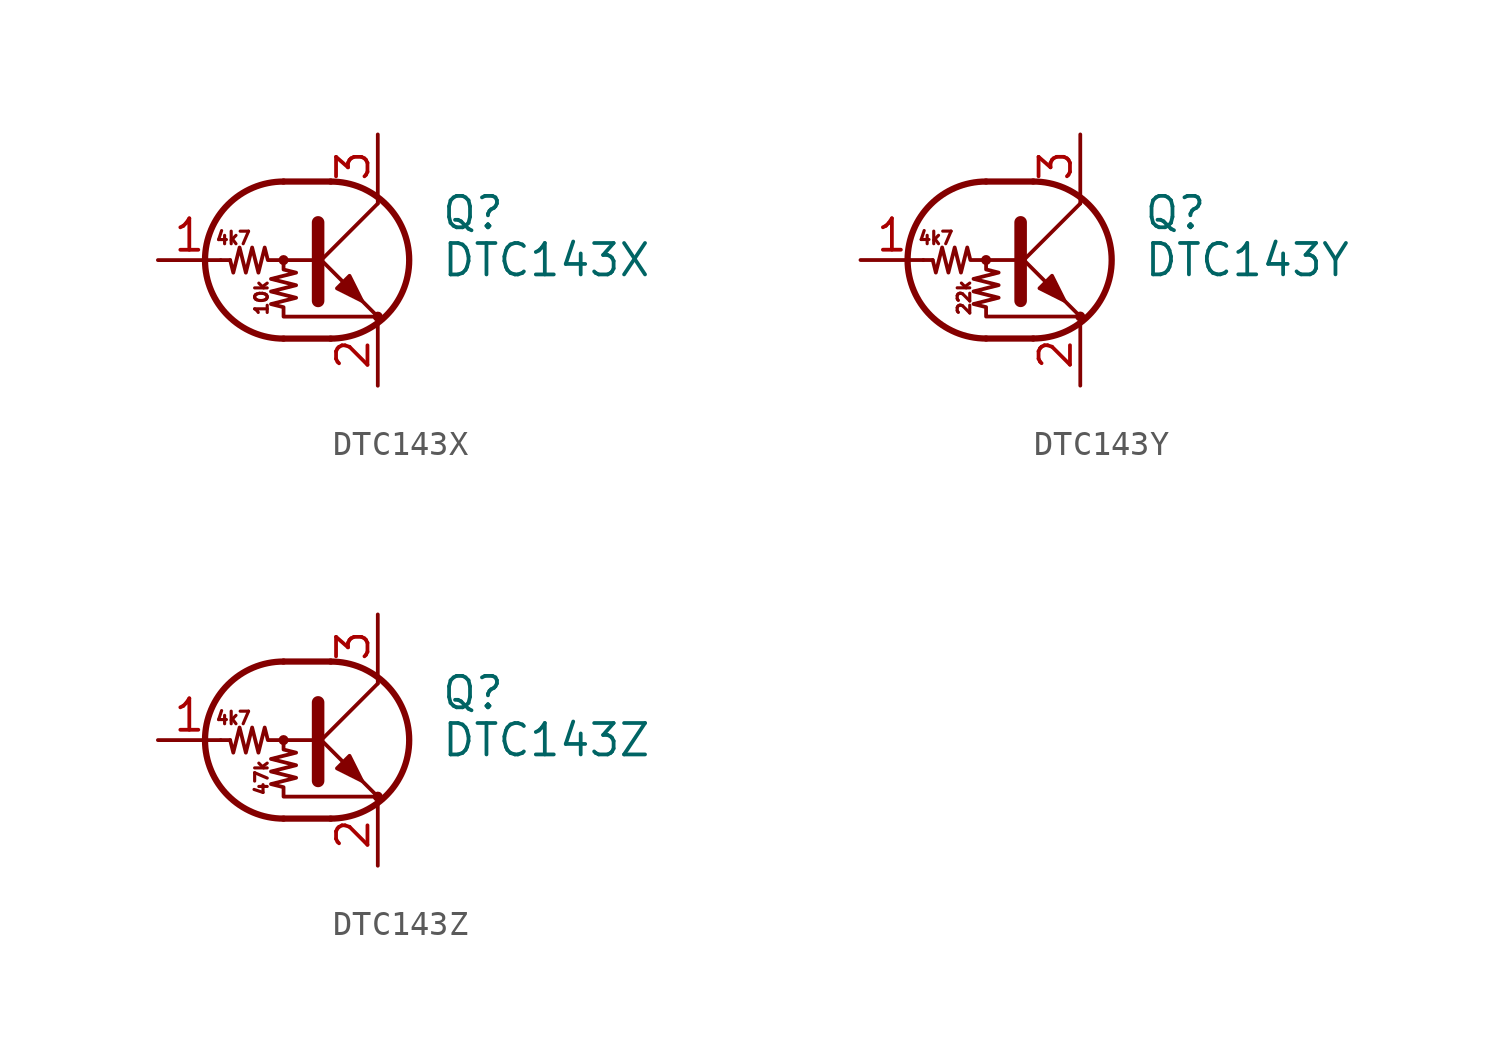
<source format=kicad_sym>
(kicad_symbol_lib
  (version 20220914)
  (generator kicad_symbol_editor)
  (symbol "DTC143X"
    (pin_names
      (offset 0) hide)
    (property "Reference" "Q"
      (at 5.08 1.905 0)
      (effects (font (size 1.27 1.27)) (justify left)))
    (property "Value" "DTC143X"
      (at 5.08 0 0)
      (effects (font (size 1.27 1.27)) (justify left)))
    (symbol "DTC143X_0_0"
      (text "10k" (at -2.159 -1.524 900) (effects (font (size 0.508 0.508))))
      (text "4k7" (at -3.302 0.889 0) (effects (font (size 0.508 0.508)))))
    (symbol "DTC143X_0_1"
      (circle (center -1.27 0) (radius 0.127) (stroke (width 0) (type solid)) (fill (type none)))
      (arc (start -1.27 3.175) (mid -4.4312 0) (end -1.27 -3.175) (stroke (width 0.254) (type solid)) (fill (type none)))
      (polyline (pts (xy -3.429 0) (xy -3.81 0)) (stroke (width 0) (type solid)) (fill (type none)))
      (polyline (pts (xy -1.27 -3.175) (xy 0.635 -3.175)) (stroke (width 0.254) (type solid)) (fill (type none)))
      (polyline (pts (xy -1.27 3.175) (xy 0.635 3.175)) (stroke (width 0.254) (type solid)) (fill (type none)))
      (polyline (pts (xy 0 -0.254) (xy 2.54 2.286)) (stroke (width 0) (type solid)) (fill (type none)))
      (polyline (pts (xy 0.127 1.524) (xy 0.127 -1.651)) (stroke (width 0.508) (type solid)) (fill (type outline)))
      (polyline (pts (xy 2.54 2.286) (xy 2.54 2.54)) (stroke (width 0) (type solid)) (fill (type none)))
      (polyline (pts (xy 2.54 -2.286) (xy 0 0.254) (xy 0 0.254)) (stroke (width 0) (type solid)) (fill (type none)))
      (polyline (pts (xy 0.889 -1.143) (xy 1.397 -0.635) (xy 1.905 -1.651) (xy 0.889 -1.143)) (stroke (width 0) (type solid)) (fill (type outline)))
      (polyline (pts (xy 0 0) (xy -1.905 0) (xy -2.032 0.508) (xy -2.286 -0.508) (xy -2.54 0.508) (xy -2.794 -0.508) (xy -3.048 0.508) (xy -3.302 -0.508) (xy -3.429 0)) (stroke (width 0) (type solid)) (fill (type none)))
      (polyline (pts (xy -1.27 0) (xy -1.27 -0.381) (xy -0.762 -0.508) (xy -1.778 -0.762) (xy -0.762 -1.016) (xy -1.778 -1.27) (xy -0.762 -1.524) (xy -1.778 -1.778) (xy -1.27 -1.905) (xy -1.27 -2.286) (xy 2.54 -2.286)) (stroke (width 0) (type solid)) (fill (type none)))
      (arc (start 0.635 -3.175) (mid 3.7962 0) (end 0.635 3.175) (stroke (width 0.254) (type solid)) (fill (type none)))
      (circle (center 2.54 -2.286) (radius 0.127) (stroke (width 0) (type solid)) (fill (type none))))
    (symbol "DTC143X_1_1"
      (pin input line (at -6.35 0 0) (length 2.54) (name "B" (effects (font (size 1.27 1.27)))) (number "1" (effects (font (size 1.27 1.27)))))
      (pin passive line (at 2.54 -5.08 90) (length 2.54) (name "E" (effects (font (size 1.27 1.27)))) (number "2" (effects (font (size 1.27 1.27)))))
      (pin passive line (at 2.54 5.08 270) (length 2.54) (name "C" (effects (font (size 1.27 1.27)))) (number "3" (effects (font (size 1.27 1.27)))))))
  (symbol "DTC143Y"
    (pin_names
      (offset 0) hide)
    (property "Reference" "Q"
      (at 5.08 1.905 0)
      (effects (font (size 1.27 1.27)) (justify left)))
    (property "Value" "DTC143Y"
      (at 5.08 0 0)
      (effects (font (size 1.27 1.27)) (justify left)))
    (symbol "DTC143Y_0_0"
      (text "22k" (at -2.159 -1.524 900) (effects (font (size 0.508 0.508))))
      (text "4k7" (at -3.302 0.889 0) (effects (font (size 0.508 0.508)))))
    (symbol "DTC143Y_0_1"
      (circle (center -1.27 0) (radius 0.127) (stroke (width 0) (type solid)) (fill (type none)))
      (arc (start -1.27 3.175) (mid -4.4312 0) (end -1.27 -3.175) (stroke (width 0.254) (type solid)) (fill (type none)))
      (polyline (pts (xy -3.429 0) (xy -3.81 0)) (stroke (width 0) (type solid)) (fill (type none)))
      (polyline (pts (xy -1.27 -3.175) (xy 0.635 -3.175)) (stroke (width 0.254) (type solid)) (fill (type none)))
      (polyline (pts (xy -1.27 3.175) (xy 0.635 3.175)) (stroke (width 0.254) (type solid)) (fill (type none)))
      (polyline (pts (xy 0 -0.254) (xy 2.54 2.286)) (stroke (width 0) (type solid)) (fill (type none)))
      (polyline (pts (xy 0.127 1.524) (xy 0.127 -1.651)) (stroke (width 0.508) (type solid)) (fill (type outline)))
      (polyline (pts (xy 2.54 2.286) (xy 2.54 2.54)) (stroke (width 0) (type solid)) (fill (type none)))
      (polyline (pts (xy 2.54 -2.286) (xy 0 0.254) (xy 0 0.254)) (stroke (width 0) (type solid)) (fill (type none)))
      (polyline (pts (xy 0.889 -1.143) (xy 1.397 -0.635) (xy 1.905 -1.651) (xy 0.889 -1.143)) (stroke (width 0) (type solid)) (fill (type outline)))
      (polyline (pts (xy 0 0) (xy -1.905 0) (xy -2.032 0.508) (xy -2.286 -0.508) (xy -2.54 0.508) (xy -2.794 -0.508) (xy -3.048 0.508) (xy -3.302 -0.508) (xy -3.429 0)) (stroke (width 0) (type solid)) (fill (type none)))
      (polyline (pts (xy -1.27 0) (xy -1.27 -0.381) (xy -0.762 -0.508) (xy -1.778 -0.762) (xy -0.762 -1.016) (xy -1.778 -1.27) (xy -0.762 -1.524) (xy -1.778 -1.778) (xy -1.27 -1.905) (xy -1.27 -2.286) (xy 2.54 -2.286)) (stroke (width 0) (type solid)) (fill (type none)))
      (arc (start 0.635 -3.175) (mid 3.7962 0) (end 0.635 3.175) (stroke (width 0.254) (type solid)) (fill (type none)))
      (circle (center 2.54 -2.286) (radius 0.127) (stroke (width 0) (type solid)) (fill (type none))))
    (symbol "DTC143Y_1_1"
      (pin input line (at -6.35 0 0) (length 2.54) (name "B" (effects (font (size 1.27 1.27)))) (number "1" (effects (font (size 1.27 1.27)))))
      (pin passive line (at 2.54 -5.08 90) (length 2.54) (name "E" (effects (font (size 1.27 1.27)))) (number "2" (effects (font (size 1.27 1.27)))))
      (pin passive line (at 2.54 5.08 270) (length 2.54) (name "C" (effects (font (size 1.27 1.27)))) (number "3" (effects (font (size 1.27 1.27)))))))
  (symbol "DTC143Z"
    (pin_names
      (offset 0) hide)
    (property "Reference" "Q"
      (at 5.08 1.905 0)
      (effects (font (size 1.27 1.27)) (justify left)))
    (property "Value" "DTC143Z"
      (at 5.08 0 0)
      (effects (font (size 1.27 1.27)) (justify left)))
    (symbol "DTC143Z_0_0"
      (text "47k" (at -2.159 -1.524 900) (effects (font (size 0.508 0.508))))
      (text "4k7" (at -3.302 0.889 0) (effects (font (size 0.508 0.508)))))
    (symbol "DTC143Z_0_1"
      (circle (center -1.27 0) (radius 0.127) (stroke (width 0) (type solid)) (fill (type none)))
      (arc (start -1.27 3.175) (mid -4.4312 0) (end -1.27 -3.175) (stroke (width 0.254) (type solid)) (fill (type none)))
      (polyline (pts (xy -3.429 0) (xy -3.81 0)) (stroke (width 0) (type solid)) (fill (type none)))
      (polyline (pts (xy -1.27 -3.175) (xy 0.635 -3.175)) (stroke (width 0.254) (type solid)) (fill (type none)))
      (polyline (pts (xy -1.27 3.175) (xy 0.635 3.175)) (stroke (width 0.254) (type solid)) (fill (type none)))
      (polyline (pts (xy 0 -0.254) (xy 2.54 2.286)) (stroke (width 0) (type solid)) (fill (type none)))
      (polyline (pts (xy 0.127 1.524) (xy 0.127 -1.651)) (stroke (width 0.508) (type solid)) (fill (type outline)))
      (polyline (pts (xy 2.54 2.286) (xy 2.54 2.54)) (stroke (width 0) (type solid)) (fill (type none)))
      (polyline (pts (xy 2.54 -2.286) (xy 0 0.254) (xy 0 0.254)) (stroke (width 0) (type solid)) (fill (type none)))
      (polyline (pts (xy 0.889 -1.143) (xy 1.397 -0.635) (xy 1.905 -1.651) (xy 0.889 -1.143)) (stroke (width 0) (type solid)) (fill (type outline)))
      (polyline (pts (xy 0 0) (xy -1.905 0) (xy -2.032 0.508) (xy -2.286 -0.508) (xy -2.54 0.508) (xy -2.794 -0.508) (xy -3.048 0.508) (xy -3.302 -0.508) (xy -3.429 0)) (stroke (width 0) (type solid)) (fill (type none)))
      (polyline (pts (xy -1.27 0) (xy -1.27 -0.381) (xy -0.762 -0.508) (xy -1.778 -0.762) (xy -0.762 -1.016) (xy -1.778 -1.27) (xy -0.762 -1.524) (xy -1.778 -1.778) (xy -1.27 -1.905) (xy -1.27 -2.286) (xy 2.54 -2.286)) (stroke (width 0) (type solid)) (fill (type none)))
      (arc (start 0.635 -3.175) (mid 3.7962 0) (end 0.635 3.175) (stroke (width 0.254) (type solid)) (fill (type none)))
      (circle (center 2.54 -2.286) (radius 0.127) (stroke (width 0) (type solid)) (fill (type none))))
    (symbol "DTC143Z_1_1"
      (pin input line (at -6.35 0 0) (length 2.54) (name "B" (effects (font (size 1.27 1.27)))) (number "1" (effects (font (size 1.27 1.27)))))
      (pin passive line (at 2.54 -5.08 90) (length 2.54) (name "E" (effects (font (size 1.27 1.27)))) (number "2" (effects (font (size 1.27 1.27)))))
      (pin passive line (at 2.54 5.08 270) (length 2.54) (name "C" (effects (font (size 1.27 1.27)))) (number "3" (effects (font (size 1.27 1.27))))))))
</source>
